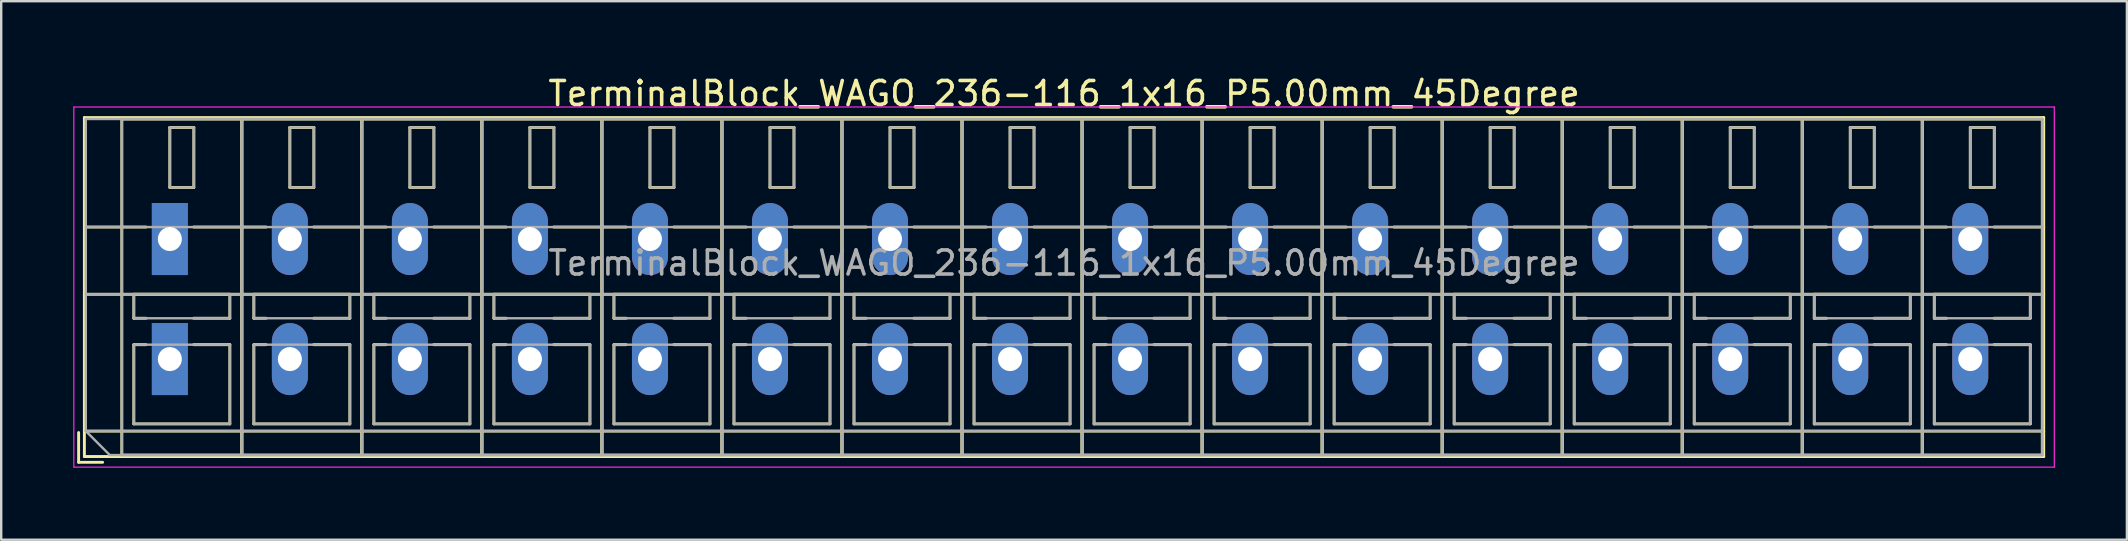
<source format=kicad_pcb>
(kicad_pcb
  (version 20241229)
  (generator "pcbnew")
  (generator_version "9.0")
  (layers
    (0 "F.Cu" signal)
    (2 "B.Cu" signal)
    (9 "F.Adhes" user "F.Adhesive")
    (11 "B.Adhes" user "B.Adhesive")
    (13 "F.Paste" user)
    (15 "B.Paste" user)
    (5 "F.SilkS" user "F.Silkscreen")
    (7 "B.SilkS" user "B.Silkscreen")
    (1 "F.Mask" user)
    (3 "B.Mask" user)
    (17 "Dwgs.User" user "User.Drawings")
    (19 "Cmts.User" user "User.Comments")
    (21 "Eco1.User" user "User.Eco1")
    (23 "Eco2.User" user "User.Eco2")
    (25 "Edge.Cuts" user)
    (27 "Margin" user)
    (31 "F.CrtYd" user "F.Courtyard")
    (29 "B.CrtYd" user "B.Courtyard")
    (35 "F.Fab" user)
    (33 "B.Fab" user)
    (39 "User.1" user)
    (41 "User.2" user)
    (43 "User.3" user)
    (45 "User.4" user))
  (footprint "TerminalBlock_WAGO_236-116_1x16_P5.00mm_45Degree"
    (layer "F.Cu")
    (at 4.025 11.908)
    (property "Reference" "TerminalBlock_WAGO_236-116_1x16_P5.00mm_45Degree" (at 37.25 -11.06 0) (layer "F.SilkS") (effects (font (size 1 1) (thickness 0.15))))
    (attr through_hole)
    (fp_line (start -3.8 3.06) (end -3.8 4.3) (stroke (width 0.12) (type solid)) (layer "F.SilkS"))
    (fp_line (start -3.8 4.3) (end -2.8 4.3) (stroke (width 0.12) (type solid)) (layer "F.SilkS"))
    (fp_line (start -3.56 -10.06) (end -3.56 4.06) (stroke (width 0.12) (type solid)) (layer "F.SilkS"))
    (fp_line (start -3.56 -10.06) (end 78.06 -10.06) (stroke (width 0.12) (type solid)) (layer "F.SilkS"))
    (fp_line (start -3.56 -5.5) (end -0.99 -5.5) (stroke (width 0.12) (type solid)) (layer "F.SilkS"))
    (fp_line (start -3.56 -2.7) (end 78.06 -2.7) (stroke (width 0.12) (type solid)) (layer "F.SilkS"))
    (fp_line (start -3.56 3) (end 78.06 3) (stroke (width 0.12) (type solid)) (layer "F.SilkS"))
    (fp_line (start -3.56 4.06) (end 78.06 4.06) (stroke (width 0.12) (type solid)) (layer "F.SilkS"))
    (fp_line (start -2 -10) (end -2 4) (stroke (width 0.12) (type solid)) (layer "F.SilkS"))
    (fp_line (start -2 -10) (end 3 -10) (stroke (width 0.12) (type solid)) (layer "F.SilkS"))
    (fp_line (start -2 4) (end 3 4) (stroke (width 0.12) (type solid)) (layer "F.SilkS"))
    (fp_line (start -1.5 -2.7) (end -1.5 -1.701) (stroke (width 0.12) (type solid)) (layer "F.SilkS"))
    (fp_line (start -1.5 -2.7) (end 2.5 -2.7) (stroke (width 0.12) (type solid)) (layer "F.SilkS"))
    (fp_line (start -1.5 -1.701) (end -0.99 -1.701) (stroke (width 0.12) (type solid)) (layer "F.SilkS"))
    (fp_line (start -1.5 -0.6) (end -1.5 2.7) (stroke (width 0.12) (type solid)) (layer "F.SilkS"))
    (fp_line (start -1.5 -0.6) (end -0.99 -0.6) (stroke (width 0.12) (type solid)) (layer "F.SilkS"))
    (fp_line (start -1.5 2.7) (end 2.5 2.7) (stroke (width 0.12) (type solid)) (layer "F.SilkS"))
    (fp_line (start 0 -9.65) (end 0 -7.15) (stroke (width 0.12) (type solid)) (layer "F.SilkS"))
    (fp_line (start 0 -9.65) (end 1 -9.65) (stroke (width 0.12) (type solid)) (layer "F.SilkS"))
    (fp_line (start 0 -7.15) (end 1 -7.15) (stroke (width 0.12) (type solid)) (layer "F.SilkS"))
    (fp_line (start 0.99 -5.5) (end 4.01 -5.5) (stroke (width 0.12) (type solid)) (layer "F.SilkS"))
    (fp_line (start 0.99 -1.701) (end 2.5 -1.701) (stroke (width 0.12) (type solid)) (layer "F.SilkS"))
    (fp_line (start 0.99 -0.6) (end 2.5 -0.6) (stroke (width 0.12) (type solid)) (layer "F.SilkS"))
    (fp_line (start 1 -9.65) (end 1 -7.15) (stroke (width 0.12) (type solid)) (layer "F.SilkS"))
    (fp_line (start 2.5 -2.7) (end 2.5 -1.701) (stroke (width 0.12) (type solid)) (layer "F.SilkS"))
    (fp_line (start 2.5 -0.6) (end 2.5 2.7) (stroke (width 0.12) (type solid)) (layer "F.SilkS"))
    (fp_line (start 3 -10) (end 3 4) (stroke (width 0.12) (type solid)) (layer "F.SilkS"))
    (fp_line (start 3 -10) (end 3 4) (stroke (width 0.12) (type solid)) (layer "F.SilkS"))
    (fp_line (start 3 -10) (end 8 -10) (stroke (width 0.12) (type solid)) (layer "F.SilkS"))
    (fp_line (start 3 4) (end 8 4) (stroke (width 0.12) (type solid)) (layer "F.SilkS"))
    (fp_line (start 3.5 -2.7) (end 3.5 -1.701) (stroke (width 0.12) (type solid)) (layer "F.SilkS"))
    (fp_line (start 3.5 -2.7) (end 7.5 -2.7) (stroke (width 0.12) (type solid)) (layer "F.SilkS"))
    (fp_line (start 3.5 -1.701) (end 4.01 -1.701) (stroke (width 0.12) (type solid)) (layer "F.SilkS"))
    (fp_line (start 3.5 -0.6) (end 3.5 2.7) (stroke (width 0.12) (type solid)) (layer "F.SilkS"))
    (fp_line (start 3.5 -0.6) (end 4.01 -0.6) (stroke (width 0.12) (type solid)) (layer "F.SilkS"))
    (fp_line (start 3.5 2.7) (end 7.5 2.7) (stroke (width 0.12) (type solid)) (layer "F.SilkS"))
    (fp_line (start 5 -9.65) (end 5 -7.15) (stroke (width 0.12) (type solid)) (layer "F.SilkS"))
    (fp_line (start 5 -9.65) (end 6 -9.65) (stroke (width 0.12) (type solid)) (layer "F.SilkS"))
    (fp_line (start 5 -7.15) (end 6 -7.15) (stroke (width 0.12) (type solid)) (layer "F.SilkS"))
    (fp_line (start 5.99 -5.5) (end 9.01 -5.5) (stroke (width 0.12) (type solid)) (layer "F.SilkS"))
    (fp_line (start 5.99 -1.701) (end 7.5 -1.701) (stroke (width 0.12) (type solid)) (layer "F.SilkS"))
    (fp_line (start 5.99 -0.6) (end 7.5 -0.6) (stroke (width 0.12) (type solid)) (layer "F.SilkS"))
    (fp_line (start 6 -9.65) (end 6 -7.15) (stroke (width 0.12) (type solid)) (layer "F.SilkS"))
    (fp_line (start 7.5 -2.7) (end 7.5 -1.701) (stroke (width 0.12) (type solid)) (layer "F.SilkS"))
    (fp_line (start 7.5 -0.6) (end 7.5 2.7) (stroke (width 0.12) (type solid)) (layer "F.SilkS"))
    (fp_line (start 8 -10) (end 8 4) (stroke (width 0.12) (type solid)) (layer "F.SilkS"))
    (fp_line (start 8 -10) (end 8 4) (stroke (width 0.12) (type solid)) (layer "F.SilkS"))
    (fp_line (start 8 -10) (end 13 -10) (stroke (width 0.12) (type solid)) (layer "F.SilkS"))
    (fp_line (start 8 4) (end 13 4) (stroke (width 0.12) (type solid)) (layer "F.SilkS"))
    (fp_line (start 8.5 -2.7) (end 8.5 -1.701) (stroke (width 0.12) (type solid)) (layer "F.SilkS"))
    (fp_line (start 8.5 -2.7) (end 12.5 -2.7) (stroke (width 0.12) (type solid)) (layer "F.SilkS"))
    (fp_line (start 8.5 -1.701) (end 9.01 -1.701) (stroke (width 0.12) (type solid)) (layer "F.SilkS"))
    (fp_line (start 8.5 -0.6) (end 8.5 2.7) (stroke (width 0.12) (type solid)) (layer "F.SilkS"))
    (fp_line (start 8.5 -0.6) (end 9.01 -0.6) (stroke (width 0.12) (type solid)) (layer "F.SilkS"))
    (fp_line (start 8.5 2.7) (end 12.5 2.7) (stroke (width 0.12) (type solid)) (layer "F.SilkS"))
    (fp_line (start 10 -9.65) (end 10 -7.15) (stroke (width 0.12) (type solid)) (layer "F.SilkS"))
    (fp_line (start 10 -9.65) (end 11 -9.65) (stroke (width 0.12) (type solid)) (layer "F.SilkS"))
    (fp_line (start 10 -7.15) (end 11 -7.15) (stroke (width 0.12) (type solid)) (layer "F.SilkS"))
    (fp_line (start 10.99 -5.5) (end 14.01 -5.5) (stroke (width 0.12) (type solid)) (layer "F.SilkS"))
    (fp_line (start 10.99 -1.701) (end 12.5 -1.701) (stroke (width 0.12) (type solid)) (layer "F.SilkS"))
    (fp_line (start 10.99 -0.6) (end 12.5 -0.6) (stroke (width 0.12) (type solid)) (layer "F.SilkS"))
    (fp_line (start 11 -9.65) (end 11 -7.15) (stroke (width 0.12) (type solid)) (layer "F.SilkS"))
    (fp_line (start 12.5 -2.7) (end 12.5 -1.701) (stroke (width 0.12) (type solid)) (layer "F.SilkS"))
    (fp_line (start 12.5 -0.6) (end 12.5 2.7) (stroke (width 0.12) (type solid)) (layer "F.SilkS"))
    (fp_line (start 13 -10) (end 13 4) (stroke (width 0.12) (type solid)) (layer "F.SilkS"))
    (fp_line (start 13 -10) (end 13 4) (stroke (width 0.12) (type solid)) (layer "F.SilkS"))
    (fp_line (start 13 -10) (end 18 -10) (stroke (width 0.12) (type solid)) (layer "F.SilkS"))
    (fp_line (start 13 4) (end 18 4) (stroke (width 0.12) (type solid)) (layer "F.SilkS"))
    (fp_line (start 13.5 -2.7) (end 13.5 -1.701) (stroke (width 0.12) (type solid)) (layer "F.SilkS"))
    (fp_line (start 13.5 -2.7) (end 17.5 -2.7) (stroke (width 0.12) (type solid)) (layer "F.SilkS"))
    (fp_line (start 13.5 -1.701) (end 14.01 -1.701) (stroke (width 0.12) (type solid)) (layer "F.SilkS"))
    (fp_line (start 13.5 -0.6) (end 13.5 2.7) (stroke (width 0.12) (type solid)) (layer "F.SilkS"))
    (fp_line (start 13.5 -0.6) (end 14.01 -0.6) (stroke (width 0.12) (type solid)) (layer "F.SilkS"))
    (fp_line (start 13.5 2.7) (end 17.5 2.7) (stroke (width 0.12) (type solid)) (layer "F.SilkS"))
    (fp_line (start 15 -9.65) (end 15 -7.15) (stroke (width 0.12) (type solid)) (layer "F.SilkS"))
    (fp_line (start 15 -9.65) (end 16 -9.65) (stroke (width 0.12) (type solid)) (layer "F.SilkS"))
    (fp_line (start 15 -7.15) (end 16 -7.15) (stroke (width 0.12) (type solid)) (layer "F.SilkS"))
    (fp_line (start 15.99 -5.5) (end 19.01 -5.5) (stroke (width 0.12) (type solid)) (layer "F.SilkS"))
    (fp_line (start 15.99 -1.701) (end 17.5 -1.701) (stroke (width 0.12) (type solid)) (layer "F.SilkS"))
    (fp_line (start 15.99 -0.6) (end 17.5 -0.6) (stroke (width 0.12) (type solid)) (layer "F.SilkS"))
    (fp_line (start 16 -9.65) (end 16 -7.15) (stroke (width 0.12) (type solid)) (layer "F.SilkS"))
    (fp_line (start 17.5 -2.7) (end 17.5 -1.701) (stroke (width 0.12) (type solid)) (layer "F.SilkS"))
    (fp_line (start 17.5 -0.6) (end 17.5 2.7) (stroke (width 0.12) (type solid)) (layer "F.SilkS"))
    (fp_line (start 18 -10) (end 18 4) (stroke (width 0.12) (type solid)) (layer "F.SilkS"))
    (fp_line (start 18 -10) (end 18 4) (stroke (width 0.12) (type solid)) (layer "F.SilkS"))
    (fp_line (start 18 -10) (end 23 -10) (stroke (width 0.12) (type solid)) (layer "F.SilkS"))
    (fp_line (start 18 4) (end 23 4) (stroke (width 0.12) (type solid)) (layer "F.SilkS"))
    (fp_line (start 18.5 -2.7) (end 18.5 -1.701) (stroke (width 0.12) (type solid)) (layer "F.SilkS"))
    (fp_line (start 18.5 -2.7) (end 22.5 -2.7) (stroke (width 0.12) (type solid)) (layer "F.SilkS"))
    (fp_line (start 18.5 -1.701) (end 19.01 -1.701) (stroke (width 0.12) (type solid)) (layer "F.SilkS"))
    (fp_line (start 18.5 -0.6) (end 18.5 2.7) (stroke (width 0.12) (type solid)) (layer "F.SilkS"))
    (fp_line (start 18.5 -0.6) (end 19.01 -0.6) (stroke (width 0.12) (type solid)) (layer "F.SilkS"))
    (fp_line (start 18.5 2.7) (end 22.5 2.7) (stroke (width 0.12) (type solid)) (layer "F.SilkS"))
    (fp_line (start 20 -9.65) (end 20 -7.15) (stroke (width 0.12) (type solid)) (layer "F.SilkS"))
    (fp_line (start 20 -9.65) (end 21 -9.65) (stroke (width 0.12) (type solid)) (layer "F.SilkS"))
    (fp_line (start 20 -7.15) (end 21 -7.15) (stroke (width 0.12) (type solid)) (layer "F.SilkS"))
    (fp_line (start 20.99 -5.5) (end 24.01 -5.5) (stroke (width 0.12) (type solid)) (layer "F.SilkS"))
    (fp_line (start 20.99 -1.701) (end 22.5 -1.701) (stroke (width 0.12) (type solid)) (layer "F.SilkS"))
    (fp_line (start 20.99 -0.6) (end 22.5 -0.6) (stroke (width 0.12) (type solid)) (layer "F.SilkS"))
    (fp_line (start 21 -9.65) (end 21 -7.15) (stroke (width 0.12) (type solid)) (layer "F.SilkS"))
    (fp_line (start 22.5 -2.7) (end 22.5 -1.701) (stroke (width 0.12) (type solid)) (layer "F.SilkS"))
    (fp_line (start 22.5 -0.6) (end 22.5 2.7) (stroke (width 0.12) (type solid)) (layer "F.SilkS"))
    (fp_line (start 23 -10) (end 23 4) (stroke (width 0.12) (type solid)) (layer "F.SilkS"))
    (fp_line (start 23 -10) (end 23 4) (stroke (width 0.12) (type solid)) (layer "F.SilkS"))
    (fp_line (start 23 -10) (end 28 -10) (stroke (width 0.12) (type solid)) (layer "F.SilkS"))
    (fp_line (start 23 4) (end 28 4) (stroke (width 0.12) (type solid)) (layer "F.SilkS"))
    (fp_line (start 23.5 -2.7) (end 23.5 -1.701) (stroke (width 0.12) (type solid)) (layer "F.SilkS"))
    (fp_line (start 23.5 -2.7) (end 27.5 -2.7) (stroke (width 0.12) (type solid)) (layer "F.SilkS"))
    (fp_line (start 23.5 -1.701) (end 24.01 -1.701) (stroke (width 0.12) (type solid)) (layer "F.SilkS"))
    (fp_line (start 23.5 -0.6) (end 23.5 2.7) (stroke (width 0.12) (type solid)) (layer "F.SilkS"))
    (fp_line (start 23.5 -0.6) (end 24.01 -0.6) (stroke (width 0.12) (type solid)) (layer "F.SilkS"))
    (fp_line (start 23.5 2.7) (end 27.5 2.7) (stroke (width 0.12) (type solid)) (layer "F.SilkS"))
    (fp_line (start 25 -9.65) (end 25 -7.15) (stroke (width 0.12) (type solid)) (layer "F.SilkS"))
    (fp_line (start 25 -9.65) (end 26 -9.65) (stroke (width 0.12) (type solid)) (layer "F.SilkS"))
    (fp_line (start 25 -7.15) (end 26 -7.15) (stroke (width 0.12) (type solid)) (layer "F.SilkS"))
    (fp_line (start 25.99 -5.5) (end 29.01 -5.5) (stroke (width 0.12) (type solid)) (layer "F.SilkS"))
    (fp_line (start 25.99 -1.701) (end 27.5 -1.701) (stroke (width 0.12) (type solid)) (layer "F.SilkS"))
    (fp_line (start 25.99 -0.6) (end 27.5 -0.6) (stroke (width 0.12) (type solid)) (layer "F.SilkS"))
    (fp_line (start 26 -9.65) (end 26 -7.15) (stroke (width 0.12) (type solid)) (layer "F.SilkS"))
    (fp_line (start 27.5 -2.7) (end 27.5 -1.701) (stroke (width 0.12) (type solid)) (layer "F.SilkS"))
    (fp_line (start 27.5 -0.6) (end 27.5 2.7) (stroke (width 0.12) (type solid)) (layer "F.SilkS"))
    (fp_line (start 28 -10) (end 28 4) (stroke (width 0.12) (type solid)) (layer "F.SilkS"))
    (fp_line (start 28 -10) (end 28 4) (stroke (width 0.12) (type solid)) (layer "F.SilkS"))
    (fp_line (start 28 -10) (end 33 -10) (stroke (width 0.12) (type solid)) (layer "F.SilkS"))
    (fp_line (start 28 4) (end 33 4) (stroke (width 0.12) (type solid)) (layer "F.SilkS"))
    (fp_line (start 28.5 -2.7) (end 28.5 -1.701) (stroke (width 0.12) (type solid)) (layer "F.SilkS"))
    (fp_line (start 28.5 -2.7) (end 32.5 -2.7) (stroke (width 0.12) (type solid)) (layer "F.SilkS"))
    (fp_line (start 28.5 -1.701) (end 29.01 -1.701) (stroke (width 0.12) (type solid)) (layer "F.SilkS"))
    (fp_line (start 28.5 -0.6) (end 28.5 2.7) (stroke (width 0.12) (type solid)) (layer "F.SilkS"))
    (fp_line (start 28.5 -0.6) (end 29.01 -0.6) (stroke (width 0.12) (type solid)) (layer "F.SilkS"))
    (fp_line (start 28.5 2.7) (end 32.5 2.7) (stroke (width 0.12) (type solid)) (layer "F.SilkS"))
    (fp_line (start 30 -9.65) (end 30 -7.15) (stroke (width 0.12) (type solid)) (layer "F.SilkS"))
    (fp_line (start 30 -9.65) (end 31 -9.65) (stroke (width 0.12) (type solid)) (layer "F.SilkS"))
    (fp_line (start 30 -7.15) (end 31 -7.15) (stroke (width 0.12) (type solid)) (layer "F.SilkS"))
    (fp_line (start 30.99 -5.5) (end 34.01 -5.5) (stroke (width 0.12) (type solid)) (layer "F.SilkS"))
    (fp_line (start 30.99 -1.701) (end 32.5 -1.701) (stroke (width 0.12) (type solid)) (layer "F.SilkS"))
    (fp_line (start 30.99 -0.6) (end 32.5 -0.6) (stroke (width 0.12) (type solid)) (layer "F.SilkS"))
    (fp_line (start 31 -9.65) (end 31 -7.15) (stroke (width 0.12) (type solid)) (layer "F.SilkS"))
    (fp_line (start 32.5 -2.7) (end 32.5 -1.701) (stroke (width 0.12) (type solid)) (layer "F.SilkS"))
    (fp_line (start 32.5 -0.6) (end 32.5 2.7) (stroke (width 0.12) (type solid)) (layer "F.SilkS"))
    (fp_line (start 33 -10) (end 33 4) (stroke (width 0.12) (type solid)) (layer "F.SilkS"))
    (fp_line (start 33 -10) (end 33 4) (stroke (width 0.12) (type solid)) (layer "F.SilkS"))
    (fp_line (start 33 -10) (end 38 -10) (stroke (width 0.12) (type solid)) (layer "F.SilkS"))
    (fp_line (start 33 4) (end 38 4) (stroke (width 0.12) (type solid)) (layer "F.SilkS"))
    (fp_line (start 33.5 -2.7) (end 33.5 -1.701) (stroke (width 0.12) (type solid)) (layer "F.SilkS"))
    (fp_line (start 33.5 -2.7) (end 37.5 -2.7) (stroke (width 0.12) (type solid)) (layer "F.SilkS"))
    (fp_line (start 33.5 -1.701) (end 34.01 -1.701) (stroke (width 0.12) (type solid)) (layer "F.SilkS"))
    (fp_line (start 33.5 -0.6) (end 33.5 2.7) (stroke (width 0.12) (type solid)) (layer "F.SilkS"))
    (fp_line (start 33.5 -0.6) (end 34.01 -0.6) (stroke (width 0.12) (type solid)) (layer "F.SilkS"))
    (fp_line (start 33.5 2.7) (end 37.5 2.7) (stroke (width 0.12) (type solid)) (layer "F.SilkS"))
    (fp_line (start 35 -9.65) (end 35 -7.15) (stroke (width 0.12) (type solid)) (layer "F.SilkS"))
    (fp_line (start 35 -9.65) (end 36 -9.65) (stroke (width 0.12) (type solid)) (layer "F.SilkS"))
    (fp_line (start 35 -7.15) (end 36 -7.15) (stroke (width 0.12) (type solid)) (layer "F.SilkS"))
    (fp_line (start 35.99 -5.5) (end 39.01 -5.5) (stroke (width 0.12) (type solid)) (layer "F.SilkS"))
    (fp_line (start 35.99 -1.701) (end 37.5 -1.701) (stroke (width 0.12) (type solid)) (layer "F.SilkS"))
    (fp_line (start 35.99 -0.6) (end 37.5 -0.6) (stroke (width 0.12) (type solid)) (layer "F.SilkS"))
    (fp_line (start 36 -9.65) (end 36 -7.15) (stroke (width 0.12) (type solid)) (layer "F.SilkS"))
    (fp_line (start 37.5 -2.7) (end 37.5 -1.701) (stroke (width 0.12) (type solid)) (layer "F.SilkS"))
    (fp_line (start 37.5 -0.6) (end 37.5 2.7) (stroke (width 0.12) (type solid)) (layer "F.SilkS"))
    (fp_line (start 38 -10) (end 38 4) (stroke (width 0.12) (type solid)) (layer "F.SilkS"))
    (fp_line (start 38 -10) (end 38 4) (stroke (width 0.12) (type solid)) (layer "F.SilkS"))
    (fp_line (start 38 -10) (end 43 -10) (stroke (width 0.12) (type solid)) (layer "F.SilkS"))
    (fp_line (start 38 4) (end 43 4) (stroke (width 0.12) (type solid)) (layer "F.SilkS"))
    (fp_line (start 38.5 -2.7) (end 38.5 -1.701) (stroke (width 0.12) (type solid)) (layer "F.SilkS"))
    (fp_line (start 38.5 -2.7) (end 42.5 -2.7) (stroke (width 0.12) (type solid)) (layer "F.SilkS"))
    (fp_line (start 38.5 -1.701) (end 39.01 -1.701) (stroke (width 0.12) (type solid)) (layer "F.SilkS"))
    (fp_line (start 38.5 -0.6) (end 38.5 2.7) (stroke (width 0.12) (type solid)) (layer "F.SilkS"))
    (fp_line (start 38.5 -0.6) (end 39.01 -0.6) (stroke (width 0.12) (type solid)) (layer "F.SilkS"))
    (fp_line (start 38.5 2.7) (end 42.5 2.7) (stroke (width 0.12) (type solid)) (layer "F.SilkS"))
    (fp_line (start 40 -9.65) (end 40 -7.15) (stroke (width 0.12) (type solid)) (layer "F.SilkS"))
    (fp_line (start 40 -9.65) (end 41 -9.65) (stroke (width 0.12) (type solid)) (layer "F.SilkS"))
    (fp_line (start 40 -7.15) (end 41 -7.15) (stroke (width 0.12) (type solid)) (layer "F.SilkS"))
    (fp_line (start 40.99 -5.5) (end 44.01 -5.5) (stroke (width 0.12) (type solid)) (layer "F.SilkS"))
    (fp_line (start 40.99 -1.701) (end 42.5 -1.701) (stroke (width 0.12) (type solid)) (layer "F.SilkS"))
    (fp_line (start 40.99 -0.6) (end 42.5 -0.6) (stroke (width 0.12) (type solid)) (layer "F.SilkS"))
    (fp_line (start 41 -9.65) (end 41 -7.15) (stroke (width 0.12) (type solid)) (layer "F.SilkS"))
    (fp_line (start 42.5 -2.7) (end 42.5 -1.701) (stroke (width 0.12) (type solid)) (layer "F.SilkS"))
    (fp_line (start 42.5 -0.6) (end 42.5 2.7) (stroke (width 0.12) (type solid)) (layer "F.SilkS"))
    (fp_line (start 43 -10) (end 43 4) (stroke (width 0.12) (type solid)) (layer "F.SilkS"))
    (fp_line (start 43 -10) (end 43 4) (stroke (width 0.12) (type solid)) (layer "F.SilkS"))
    (fp_line (start 43 -10) (end 48 -10) (stroke (width 0.12) (type solid)) (layer "F.SilkS"))
    (fp_line (start 43 4) (end 48 4) (stroke (width 0.12) (type solid)) (layer "F.SilkS"))
    (fp_line (start 43.5 -2.7) (end 43.5 -1.701) (stroke (width 0.12) (type solid)) (layer "F.SilkS"))
    (fp_line (start 43.5 -2.7) (end 47.5 -2.7) (stroke (width 0.12) (type solid)) (layer "F.SilkS"))
    (fp_line (start 43.5 -1.701) (end 44.01 -1.701) (stroke (width 0.12) (type solid)) (layer "F.SilkS"))
    (fp_line (start 43.5 -0.6) (end 43.5 2.7) (stroke (width 0.12) (type solid)) (layer "F.SilkS"))
    (fp_line (start 43.5 -0.6) (end 44.01 -0.6) (stroke (width 0.12) (type solid)) (layer "F.SilkS"))
    (fp_line (start 43.5 2.7) (end 47.5 2.7) (stroke (width 0.12) (type solid)) (layer "F.SilkS"))
    (fp_line (start 45 -9.65) (end 45 -7.15) (stroke (width 0.12) (type solid)) (layer "F.SilkS"))
    (fp_line (start 45 -9.65) (end 46 -9.65) (stroke (width 0.12) (type solid)) (layer "F.SilkS"))
    (fp_line (start 45 -7.15) (end 46 -7.15) (stroke (width 0.12) (type solid)) (layer "F.SilkS"))
    (fp_line (start 45.99 -5.5) (end 49.01 -5.5) (stroke (width 0.12) (type solid)) (layer "F.SilkS"))
    (fp_line (start 45.99 -1.701) (end 47.5 -1.701) (stroke (width 0.12) (type solid)) (layer "F.SilkS"))
    (fp_line (start 45.99 -0.6) (end 47.5 -0.6) (stroke (width 0.12) (type solid)) (layer "F.SilkS"))
    (fp_line (start 46 -9.65) (end 46 -7.15) (stroke (width 0.12) (type solid)) (layer "F.SilkS"))
    (fp_line (start 47.5 -2.7) (end 47.5 -1.701) (stroke (width 0.12) (type solid)) (layer "F.SilkS"))
    (fp_line (start 47.5 -0.6) (end 47.5 2.7) (stroke (width 0.12) (type solid)) (layer "F.SilkS"))
    (fp_line (start 48 -10) (end 48 4) (stroke (width 0.12) (type solid)) (layer "F.SilkS"))
    (fp_line (start 48 -10) (end 48 4) (stroke (width 0.12) (type solid)) (layer "F.SilkS"))
    (fp_line (start 48 -10) (end 53 -10) (stroke (width 0.12) (type solid)) (layer "F.SilkS"))
    (fp_line (start 48 4) (end 53 4) (stroke (width 0.12) (type solid)) (layer "F.SilkS"))
    (fp_line (start 48.5 -2.7) (end 48.5 -1.701) (stroke (width 0.12) (type solid)) (layer "F.SilkS"))
    (fp_line (start 48.5 -2.7) (end 52.5 -2.7) (stroke (width 0.12) (type solid)) (layer "F.SilkS"))
    (fp_line (start 48.5 -1.701) (end 49.01 -1.701) (stroke (width 0.12) (type solid)) (layer "F.SilkS"))
    (fp_line (start 48.5 -0.6) (end 48.5 2.7) (stroke (width 0.12) (type solid)) (layer "F.SilkS"))
    (fp_line (start 48.5 -0.6) (end 49.01 -0.6) (stroke (width 0.12) (type solid)) (layer "F.SilkS"))
    (fp_line (start 48.5 2.7) (end 52.5 2.7) (stroke (width 0.12) (type solid)) (layer "F.SilkS"))
    (fp_line (start 50 -9.65) (end 50 -7.15) (stroke (width 0.12) (type solid)) (layer "F.SilkS"))
    (fp_line (start 50 -9.65) (end 51 -9.65) (stroke (width 0.12) (type solid)) (layer "F.SilkS"))
    (fp_line (start 50 -7.15) (end 51 -7.15) (stroke (width 0.12) (type solid)) (layer "F.SilkS"))
    (fp_line (start 50.99 -5.5) (end 54.01 -5.5) (stroke (width 0.12) (type solid)) (layer "F.SilkS"))
    (fp_line (start 50.99 -1.701) (end 52.5 -1.701) (stroke (width 0.12) (type solid)) (layer "F.SilkS"))
    (fp_line (start 50.99 -0.6) (end 52.5 -0.6) (stroke (width 0.12) (type solid)) (layer "F.SilkS"))
    (fp_line (start 51 -9.65) (end 51 -7.15) (stroke (width 0.12) (type solid)) (layer "F.SilkS"))
    (fp_line (start 52.5 -2.7) (end 52.5 -1.701) (stroke (width 0.12) (type solid)) (layer "F.SilkS"))
    (fp_line (start 52.5 -0.6) (end 52.5 2.7) (stroke (width 0.12) (type solid)) (layer "F.SilkS"))
    (fp_line (start 53 -10) (end 53 4) (stroke (width 0.12) (type solid)) (layer "F.SilkS"))
    (fp_line (start 53 -10) (end 53 4) (stroke (width 0.12) (type solid)) (layer "F.SilkS"))
    (fp_line (start 53 -10) (end 58 -10) (stroke (width 0.12) (type solid)) (layer "F.SilkS"))
    (fp_line (start 53 4) (end 58 4) (stroke (width 0.12) (type solid)) (layer "F.SilkS"))
    (fp_line (start 53.5 -2.7) (end 53.5 -1.701) (stroke (width 0.12) (type solid)) (layer "F.SilkS"))
    (fp_line (start 53.5 -2.7) (end 57.5 -2.7) (stroke (width 0.12) (type solid)) (layer "F.SilkS"))
    (fp_line (start 53.5 -1.701) (end 54.01 -1.701) (stroke (width 0.12) (type solid)) (layer "F.SilkS"))
    (fp_line (start 53.5 -0.6) (end 53.5 2.7) (stroke (width 0.12) (type solid)) (layer "F.SilkS"))
    (fp_line (start 53.5 -0.6) (end 54.01 -0.6) (stroke (width 0.12) (type solid)) (layer "F.SilkS"))
    (fp_line (start 53.5 2.7) (end 57.5 2.7) (stroke (width 0.12) (type solid)) (layer "F.SilkS"))
    (fp_line (start 55 -9.65) (end 55 -7.15) (stroke (width 0.12) (type solid)) (layer "F.SilkS"))
    (fp_line (start 55 -9.65) (end 56 -9.65) (stroke (width 0.12) (type solid)) (layer "F.SilkS"))
    (fp_line (start 55 -7.15) (end 56 -7.15) (stroke (width 0.12) (type solid)) (layer "F.SilkS"))
    (fp_line (start 55.99 -5.5) (end 59.01 -5.5) (stroke (width 0.12) (type solid)) (layer "F.SilkS"))
    (fp_line (start 55.99 -1.701) (end 57.5 -1.701) (stroke (width 0.12) (type solid)) (layer "F.SilkS"))
    (fp_line (start 55.99 -0.6) (end 57.5 -0.6) (stroke (width 0.12) (type solid)) (layer "F.SilkS"))
    (fp_line (start 56 -9.65) (end 56 -7.15) (stroke (width 0.12) (type solid)) (layer "F.SilkS"))
    (fp_line (start 57.5 -2.7) (end 57.5 -1.701) (stroke (width 0.12) (type solid)) (layer "F.SilkS"))
    (fp_line (start 57.5 -0.6) (end 57.5 2.7) (stroke (width 0.12) (type solid)) (layer "F.SilkS"))
    (fp_line (start 58 -10) (end 58 4) (stroke (width 0.12) (type solid)) (layer "F.SilkS"))
    (fp_line (start 58 -10) (end 58 4) (stroke (width 0.12) (type solid)) (layer "F.SilkS"))
    (fp_line (start 58 -10) (end 63 -10) (stroke (width 0.12) (type solid)) (layer "F.SilkS"))
    (fp_line (start 58 4) (end 63 4) (stroke (width 0.12) (type solid)) (layer "F.SilkS"))
    (fp_line (start 58.5 -2.7) (end 58.5 -1.701) (stroke (width 0.12) (type solid)) (layer "F.SilkS"))
    (fp_line (start 58.5 -2.7) (end 62.5 -2.7) (stroke (width 0.12) (type solid)) (layer "F.SilkS"))
    (fp_line (start 58.5 -1.701) (end 59.01 -1.701) (stroke (width 0.12) (type solid)) (layer "F.SilkS"))
    (fp_line (start 58.5 -0.6) (end 58.5 2.7) (stroke (width 0.12) (type solid)) (layer "F.SilkS"))
    (fp_line (start 58.5 -0.6) (end 59.01 -0.6) (stroke (width 0.12) (type solid)) (layer "F.SilkS"))
    (fp_line (start 58.5 2.7) (end 62.5 2.7) (stroke (width 0.12) (type solid)) (layer "F.SilkS"))
    (fp_line (start 60 -9.65) (end 60 -7.15) (stroke (width 0.12) (type solid)) (layer "F.SilkS"))
    (fp_line (start 60 -9.65) (end 61 -9.65) (stroke (width 0.12) (type solid)) (layer "F.SilkS"))
    (fp_line (start 60 -7.15) (end 61 -7.15) (stroke (width 0.12) (type solid)) (layer "F.SilkS"))
    (fp_line (start 60.99 -5.5) (end 64.011 -5.5) (stroke (width 0.12) (type solid)) (layer "F.SilkS"))
    (fp_line (start 60.99 -1.701) (end 62.5 -1.701) (stroke (width 0.12) (type solid)) (layer "F.SilkS"))
    (fp_line (start 60.99 -0.6) (end 62.5 -0.6) (stroke (width 0.12) (type solid)) (layer "F.SilkS"))
    (fp_line (start 61 -9.65) (end 61 -7.15) (stroke (width 0.12) (type solid)) (layer "F.SilkS"))
    (fp_line (start 62.5 -2.7) (end 62.5 -1.701) (stroke (width 0.12) (type solid)) (layer "F.SilkS"))
    (fp_line (start 62.5 -0.6) (end 62.5 2.7) (stroke (width 0.12) (type solid)) (layer "F.SilkS"))
    (fp_line (start 63 -10) (end 63 4) (stroke (width 0.12) (type solid)) (layer "F.SilkS"))
    (fp_line (start 63 -10) (end 63 4) (stroke (width 0.12) (type solid)) (layer "F.SilkS"))
    (fp_line (start 63 -10) (end 68 -10) (stroke (width 0.12) (type solid)) (layer "F.SilkS"))
    (fp_line (start 63 4) (end 68 4) (stroke (width 0.12) (type solid)) (layer "F.SilkS"))
    (fp_line (start 63.5 -2.7) (end 63.5 -1.701) (stroke (width 0.12) (type solid)) (layer "F.SilkS"))
    (fp_line (start 63.5 -2.7) (end 67.5 -2.7) (stroke (width 0.12) (type solid)) (layer "F.SilkS"))
    (fp_line (start 63.5 -1.701) (end 64.011 -1.701) (stroke (width 0.12) (type solid)) (layer "F.SilkS"))
    (fp_line (start 63.5 -0.6) (end 63.5 2.7) (stroke (width 0.12) (type solid)) (layer "F.SilkS"))
    (fp_line (start 63.5 -0.6) (end 64.011 -0.6) (stroke (width 0.12) (type solid)) (layer "F.SilkS"))
    (fp_line (start 63.5 2.7) (end 67.5 2.7) (stroke (width 0.12) (type solid)) (layer "F.SilkS"))
    (fp_line (start 65 -9.65) (end 65 -7.15) (stroke (width 0.12) (type solid)) (layer "F.SilkS"))
    (fp_line (start 65 -9.65) (end 66 -9.65) (stroke (width 0.12) (type solid)) (layer "F.SilkS"))
    (fp_line (start 65 -7.15) (end 66 -7.15) (stroke (width 0.12) (type solid)) (layer "F.SilkS"))
    (fp_line (start 65.99 -5.5) (end 69.01 -5.5) (stroke (width 0.12) (type solid)) (layer "F.SilkS"))
    (fp_line (start 65.99 -1.701) (end 67.5 -1.701) (stroke (width 0.12) (type solid)) (layer "F.SilkS"))
    (fp_line (start 65.99 -0.6) (end 67.5 -0.6) (stroke (width 0.12) (type solid)) (layer "F.SilkS"))
    (fp_line (start 66 -9.65) (end 66 -7.15) (stroke (width 0.12) (type solid)) (layer "F.SilkS"))
    (fp_line (start 67.5 -2.7) (end 67.5 -1.701) (stroke (width 0.12) (type solid)) (layer "F.SilkS"))
    (fp_line (start 67.5 -0.6) (end 67.5 2.7) (stroke (width 0.12) (type solid)) (layer "F.SilkS"))
    (fp_line (start 68 -10) (end 68 4) (stroke (width 0.12) (type solid)) (layer "F.SilkS"))
    (fp_line (start 68 -10) (end 68 4) (stroke (width 0.12) (type solid)) (layer "F.SilkS"))
    (fp_line (start 68 -10) (end 73 -10) (stroke (width 0.12) (type solid)) (layer "F.SilkS"))
    (fp_line (start 68 4) (end 73 4) (stroke (width 0.12) (type solid)) (layer "F.SilkS"))
    (fp_line (start 68.5 -2.7) (end 68.5 -1.701) (stroke (width 0.12) (type solid)) (layer "F.SilkS"))
    (fp_line (start 68.5 -2.7) (end 72.5 -2.7) (stroke (width 0.12) (type solid)) (layer "F.SilkS"))
    (fp_line (start 68.5 -1.701) (end 69.01 -1.701) (stroke (width 0.12) (type solid)) (layer "F.SilkS"))
    (fp_line (start 68.5 -0.6) (end 68.5 2.7) (stroke (width 0.12) (type solid)) (layer "F.SilkS"))
    (fp_line (start 68.5 -0.6) (end 69.01 -0.6) (stroke (width 0.12) (type solid)) (layer "F.SilkS"))
    (fp_line (start 68.5 2.7) (end 72.5 2.7) (stroke (width 0.12) (type solid)) (layer "F.SilkS"))
    (fp_line (start 70 -9.65) (end 70 -7.15) (stroke (width 0.12) (type solid)) (layer "F.SilkS"))
    (fp_line (start 70 -9.65) (end 71 -9.65) (stroke (width 0.12) (type solid)) (layer "F.SilkS"))
    (fp_line (start 70 -7.15) (end 71 -7.15) (stroke (width 0.12) (type solid)) (layer "F.SilkS"))
    (fp_line (start 70.99 -5.5) (end 74.01 -5.5) (stroke (width 0.12) (type solid)) (layer "F.SilkS"))
    (fp_line (start 70.99 -1.701) (end 72.5 -1.701) (stroke (width 0.12) (type solid)) (layer "F.SilkS"))
    (fp_line (start 70.99 -0.6) (end 72.5 -0.6) (stroke (width 0.12) (type solid)) (layer "F.SilkS"))
    (fp_line (start 71 -9.65) (end 71 -7.15) (stroke (width 0.12) (type solid)) (layer "F.SilkS"))
    (fp_line (start 72.5 -2.7) (end 72.5 -1.701) (stroke (width 0.12) (type solid)) (layer "F.SilkS"))
    (fp_line (start 72.5 -0.6) (end 72.5 2.7) (stroke (width 0.12) (type solid)) (layer "F.SilkS"))
    (fp_line (start 73 -10) (end 73 4) (stroke (width 0.12) (type solid)) (layer "F.SilkS"))
    (fp_line (start 73 -10) (end 73 4) (stroke (width 0.12) (type solid)) (layer "F.SilkS"))
    (fp_line (start 73 -10) (end 78 -10) (stroke (width 0.12) (type solid)) (layer "F.SilkS"))
    (fp_line (start 73 4) (end 78 4) (stroke (width 0.12) (type solid)) (layer "F.SilkS"))
    (fp_line (start 73.5 -2.7) (end 73.5 -1.701) (stroke (width 0.12) (type solid)) (layer "F.SilkS"))
    (fp_line (start 73.5 -2.7) (end 77.5 -2.7) (stroke (width 0.12) (type solid)) (layer "F.SilkS"))
    (fp_line (start 73.5 -1.701) (end 74.01 -1.701) (stroke (width 0.12) (type solid)) (layer "F.SilkS"))
    (fp_line (start 73.5 -0.6) (end 73.5 2.7) (stroke (width 0.12) (type solid)) (layer "F.SilkS"))
    (fp_line (start 73.5 -0.6) (end 74.01 -0.6) (stroke (width 0.12) (type solid)) (layer "F.SilkS"))
    (fp_line (start 73.5 2.7) (end 77.5 2.7) (stroke (width 0.12) (type solid)) (layer "F.SilkS"))
    (fp_line (start 75 -9.65) (end 75 -7.15) (stroke (width 0.12) (type solid)) (layer "F.SilkS"))
    (fp_line (start 75 -9.65) (end 76 -9.65) (stroke (width 0.12) (type solid)) (layer "F.SilkS"))
    (fp_line (start 75 -7.15) (end 76 -7.15) (stroke (width 0.12) (type solid)) (layer "F.SilkS"))
    (fp_line (start 75.99 -5.5) (end 78.06 -5.5) (stroke (width 0.12) (type solid)) (layer "F.SilkS"))
    (fp_line (start 75.99 -1.701) (end 77.5 -1.701) (stroke (width 0.12) (type solid)) (layer "F.SilkS"))
    (fp_line (start 75.99 -0.6) (end 77.5 -0.6) (stroke (width 0.12) (type solid)) (layer "F.SilkS"))
    (fp_line (start 76 -9.65) (end 76 -7.15) (stroke (width 0.12) (type solid)) (layer "F.SilkS"))
    (fp_line (start 77.5 -2.7) (end 77.5 -1.701) (stroke (width 0.12) (type solid)) (layer "F.SilkS"))
    (fp_line (start 77.5 -0.6) (end 77.5 2.7) (stroke (width 0.12) (type solid)) (layer "F.SilkS"))
    (fp_line (start 78 -10) (end 78 4) (stroke (width 0.12) (type solid)) (layer "F.SilkS"))
    (fp_line (start 78.06 -10.06) (end 78.06 4.06) (stroke (width 0.12) (type solid)) (layer "F.SilkS"))
    (fp_line (start -4 -10.5) (end -4 4.5) (stroke (width 0.05) (type solid)) (layer "F.CrtYd"))
    (fp_line (start -4 4.5) (end 78.5 4.5) (stroke (width 0.05) (type solid)) (layer "F.CrtYd"))
    (fp_line (start 78.5 -10.5) (end -4 -10.5) (stroke (width 0.05) (type solid)) (layer "F.CrtYd"))
    (fp_line (start 78.5 4.5) (end 78.5 -10.5) (stroke (width 0.05) (type solid)) (layer "F.CrtYd"))
    (fp_line (start -3.5 -10) (end 78 -10) (stroke (width 0.1) (type solid)) (layer "F.Fab"))
    (fp_line (start -3.5 -5.5) (end 78 -5.5) (stroke (width 0.1) (type solid)) (layer "F.Fab"))
    (fp_line (start -3.5 -2.7) (end 78 -2.7) (stroke (width 0.1) (type solid)) (layer "F.Fab"))
    (fp_line (start -3.5 3) (end -3.5 -10) (stroke (width 0.1) (type solid)) (layer "F.Fab"))
    (fp_line (start -3.5 3) (end 78 3) (stroke (width 0.1) (type solid)) (layer "F.Fab"))
    (fp_line (start -2.5 4) (end -3.5 3) (stroke (width 0.1) (type solid)) (layer "F.Fab"))
    (fp_line (start -2 -10) (end -2 4) (stroke (width 0.1) (type solid)) (layer "F.Fab"))
    (fp_line (start -2 4) (end 3 4) (stroke (width 0.1) (type solid)) (layer "F.Fab"))
    (fp_line (start -1.5 -2.7) (end -1.5 -1.7) (stroke (width 0.1) (type solid)) (layer "F.Fab"))
    (fp_line (start -1.5 -1.7) (end 2.5 -1.7) (stroke (width 0.1) (type solid)) (layer "F.Fab"))
    (fp_line (start -1.5 -0.6) (end -1.5 2.7) (stroke (width 0.1) (type solid)) (layer "F.Fab"))
    (fp_line (start -1.5 2.7) (end 2.5 2.7) (stroke (width 0.1) (type solid)) (layer "F.Fab"))
    (fp_line (start 0 -9.65) (end 0 -7.15) (stroke (width 0.1) (type solid)) (layer "F.Fab"))
    (fp_line (start 0 -7.15) (end 1 -7.15) (stroke (width 0.1) (type solid)) (layer "F.Fab"))
    (fp_line (start 1 -9.65) (end 0 -9.65) (stroke (width 0.1) (type solid)) (layer "F.Fab"))
    (fp_line (start 1 -7.15) (end 1 -9.65) (stroke (width 0.1) (type solid)) (layer "F.Fab"))
    (fp_line (start 2.5 -2.7) (end -1.5 -2.7) (stroke (width 0.1) (type solid)) (layer "F.Fab"))
    (fp_line (start 2.5 -1.7) (end 2.5 -2.7) (stroke (width 0.1) (type solid)) (layer "F.Fab"))
    (fp_line (start 2.5 -0.6) (end -1.5 -0.6) (stroke (width 0.1) (type solid)) (layer "F.Fab"))
    (fp_line (start 2.5 2.7) (end 2.5 -0.6) (stroke (width 0.1) (type solid)) (layer "F.Fab"))
    (fp_line (start 3 -10) (end -2 -10) (stroke (width 0.1) (type solid)) (layer "F.Fab"))
    (fp_line (start 3 -10) (end 3 4) (stroke (width 0.1) (type solid)) (layer "F.Fab"))
    (fp_line (start 3 4) (end 3 -10) (stroke (width 0.1) (type solid)) (layer "F.Fab"))
    (fp_line (start 3 4) (end 8 4) (stroke (width 0.1) (type solid)) (layer "F.Fab"))
    (fp_line (start 3.5 -2.7) (end 3.5 -1.7) (stroke (width 0.1) (type solid)) (layer "F.Fab"))
    (fp_line (start 3.5 -1.7) (end 7.5 -1.7) (stroke (width 0.1) (type solid)) (layer "F.Fab"))
    (fp_line (start 3.5 -0.6) (end 3.5 2.7) (stroke (width 0.1) (type solid)) (layer "F.Fab"))
    (fp_line (start 3.5 2.7) (end 7.5 2.7) (stroke (width 0.1) (type solid)) (layer "F.Fab"))
    (fp_line (start 5 -9.65) (end 5 -7.15) (stroke (width 0.1) (type solid)) (layer "F.Fab"))
    (fp_line (start 5 -7.15) (end 6 -7.15) (stroke (width 0.1) (type solid)) (layer "F.Fab"))
    (fp_line (start 6 -9.65) (end 5 -9.65) (stroke (width 0.1) (type solid)) (layer "F.Fab"))
    (fp_line (start 6 -7.15) (end 6 -9.65) (stroke (width 0.1) (type solid)) (layer "F.Fab"))
    (fp_line (start 7.5 -2.7) (end 3.5 -2.7) (stroke (width 0.1) (type solid)) (layer "F.Fab"))
    (fp_line (start 7.5 -1.7) (end 7.5 -2.7) (stroke (width 0.1) (type solid)) (layer "F.Fab"))
    (fp_line (start 7.5 -0.6) (end 3.5 -0.6) (stroke (width 0.1) (type solid)) (layer "F.Fab"))
    (fp_line (start 7.5 2.7) (end 7.5 -0.6) (stroke (width 0.1) (type solid)) (layer "F.Fab"))
    (fp_line (start 8 -10) (end 3 -10) (stroke (width 0.1) (type solid)) (layer "F.Fab"))
    (fp_line (start 8 -10) (end 8 4) (stroke (width 0.1) (type solid)) (layer "F.Fab"))
    (fp_line (start 8 4) (end 8 -10) (stroke (width 0.1) (type solid)) (layer "F.Fab"))
    (fp_line (start 8 4) (end 13 4) (stroke (width 0.1) (type solid)) (layer "F.Fab"))
    (fp_line (start 8.5 -2.7) (end 8.5 -1.7) (stroke (width 0.1) (type solid)) (layer "F.Fab"))
    (fp_line (start 8.5 -1.7) (end 12.5 -1.7) (stroke (width 0.1) (type solid)) (layer "F.Fab"))
    (fp_line (start 8.5 -0.6) (end 8.5 2.7) (stroke (width 0.1) (type solid)) (layer "F.Fab"))
    (fp_line (start 8.5 2.7) (end 12.5 2.7) (stroke (width 0.1) (type solid)) (layer "F.Fab"))
    (fp_line (start 10 -9.65) (end 10 -7.15) (stroke (width 0.1) (type solid)) (layer "F.Fab"))
    (fp_line (start 10 -7.15) (end 11 -7.15) (stroke (width 0.1) (type solid)) (layer "F.Fab"))
    (fp_line (start 11 -9.65) (end 10 -9.65) (stroke (width 0.1) (type solid)) (layer "F.Fab"))
    (fp_line (start 11 -7.15) (end 11 -9.65) (stroke (width 0.1) (type solid)) (layer "F.Fab"))
    (fp_line (start 12.5 -2.7) (end 8.5 -2.7) (stroke (width 0.1) (type solid)) (layer "F.Fab"))
    (fp_line (start 12.5 -1.7) (end 12.5 -2.7) (stroke (width 0.1) (type solid)) (layer "F.Fab"))
    (fp_line (start 12.5 -0.6) (end 8.5 -0.6) (stroke (width 0.1) (type solid)) (layer "F.Fab"))
    (fp_line (start 12.5 2.7) (end 12.5 -0.6) (stroke (width 0.1) (type solid)) (layer "F.Fab"))
    (fp_line (start 13 -10) (end 8 -10) (stroke (width 0.1) (type solid)) (layer "F.Fab"))
    (fp_line (start 13 -10) (end 13 4) (stroke (width 0.1) (type solid)) (layer "F.Fab"))
    (fp_line (start 13 4) (end 13 -10) (stroke (width 0.1) (type solid)) (layer "F.Fab"))
    (fp_line (start 13 4) (end 18 4) (stroke (width 0.1) (type solid)) (layer "F.Fab"))
    (fp_line (start 13.5 -2.7) (end 13.5 -1.7) (stroke (width 0.1) (type solid)) (layer "F.Fab"))
    (fp_line (start 13.5 -1.7) (end 17.5 -1.7) (stroke (width 0.1) (type solid)) (layer "F.Fab"))
    (fp_line (start 13.5 -0.6) (end 13.5 2.7) (stroke (width 0.1) (type solid)) (layer "F.Fab"))
    (fp_line (start 13.5 2.7) (end 17.5 2.7) (stroke (width 0.1) (type solid)) (layer "F.Fab"))
    (fp_line (start 15 -9.65) (end 15 -7.15) (stroke (width 0.1) (type solid)) (layer "F.Fab"))
    (fp_line (start 15 -7.15) (end 16 -7.15) (stroke (width 0.1) (type solid)) (layer "F.Fab"))
    (fp_line (start 16 -9.65) (end 15 -9.65) (stroke (width 0.1) (type solid)) (layer "F.Fab"))
    (fp_line (start 16 -7.15) (end 16 -9.65) (stroke (width 0.1) (type solid)) (layer "F.Fab"))
    (fp_line (start 17.5 -2.7) (end 13.5 -2.7) (stroke (width 0.1) (type solid)) (layer "F.Fab"))
    (fp_line (start 17.5 -1.7) (end 17.5 -2.7) (stroke (width 0.1) (type solid)) (layer "F.Fab"))
    (fp_line (start 17.5 -0.6) (end 13.5 -0.6) (stroke (width 0.1) (type solid)) (layer "F.Fab"))
    (fp_line (start 17.5 2.7) (end 17.5 -0.6) (stroke (width 0.1) (type solid)) (layer "F.Fab"))
    (fp_line (start 18 -10) (end 13 -10) (stroke (width 0.1) (type solid)) (layer "F.Fab"))
    (fp_line (start 18 -10) (end 18 4) (stroke (width 0.1) (type solid)) (layer "F.Fab"))
    (fp_line (start 18 4) (end 18 -10) (stroke (width 0.1) (type solid)) (layer "F.Fab"))
    (fp_line (start 18 4) (end 23 4) (stroke (width 0.1) (type solid)) (layer "F.Fab"))
    (fp_line (start 18.5 -2.7) (end 18.5 -1.7) (stroke (width 0.1) (type solid)) (layer "F.Fab"))
    (fp_line (start 18.5 -1.7) (end 22.5 -1.7) (stroke (width 0.1) (type solid)) (layer "F.Fab"))
    (fp_line (start 18.5 -0.6) (end 18.5 2.7) (stroke (width 0.1) (type solid)) (layer "F.Fab"))
    (fp_line (start 18.5 2.7) (end 22.5 2.7) (stroke (width 0.1) (type solid)) (layer "F.Fab"))
    (fp_line (start 20 -9.65) (end 20 -7.15) (stroke (width 0.1) (type solid)) (layer "F.Fab"))
    (fp_line (start 20 -7.15) (end 21 -7.15) (stroke (width 0.1) (type solid)) (layer "F.Fab"))
    (fp_line (start 21 -9.65) (end 20 -9.65) (stroke (width 0.1) (type solid)) (layer "F.Fab"))
    (fp_line (start 21 -7.15) (end 21 -9.65) (stroke (width 0.1) (type solid)) (layer "F.Fab"))
    (fp_line (start 22.5 -2.7) (end 18.5 -2.7) (stroke (width 0.1) (type solid)) (layer "F.Fab"))
    (fp_line (start 22.5 -1.7) (end 22.5 -2.7) (stroke (width 0.1) (type solid)) (layer "F.Fab"))
    (fp_line (start 22.5 -0.6) (end 18.5 -0.6) (stroke (width 0.1) (type solid)) (layer "F.Fab"))
    (fp_line (start 22.5 2.7) (end 22.5 -0.6) (stroke (width 0.1) (type solid)) (layer "F.Fab"))
    (fp_line (start 23 -10) (end 18 -10) (stroke (width 0.1) (type solid)) (layer "F.Fab"))
    (fp_line (start 23 -10) (end 23 4) (stroke (width 0.1) (type solid)) (layer "F.Fab"))
    (fp_line (start 23 4) (end 23 -10) (stroke (width 0.1) (type solid)) (layer "F.Fab"))
    (fp_line (start 23 4) (end 28 4) (stroke (width 0.1) (type solid)) (layer "F.Fab"))
    (fp_line (start 23.5 -2.7) (end 23.5 -1.7) (stroke (width 0.1) (type solid)) (layer "F.Fab"))
    (fp_line (start 23.5 -1.7) (end 27.5 -1.7) (stroke (width 0.1) (type solid)) (layer "F.Fab"))
    (fp_line (start 23.5 -0.6) (end 23.5 2.7) (stroke (width 0.1) (type solid)) (layer "F.Fab"))
    (fp_line (start 23.5 2.7) (end 27.5 2.7) (stroke (width 0.1) (type solid)) (layer "F.Fab"))
    (fp_line (start 25 -9.65) (end 25 -7.15) (stroke (width 0.1) (type solid)) (layer "F.Fab"))
    (fp_line (start 25 -7.15) (end 26 -7.15) (stroke (width 0.1) (type solid)) (layer "F.Fab"))
    (fp_line (start 26 -9.65) (end 25 -9.65) (stroke (width 0.1) (type solid)) (layer "F.Fab"))
    (fp_line (start 26 -7.15) (end 26 -9.65) (stroke (width 0.1) (type solid)) (layer "F.Fab"))
    (fp_line (start 27.5 -2.7) (end 23.5 -2.7) (stroke (width 0.1) (type solid)) (layer "F.Fab"))
    (fp_line (start 27.5 -1.7) (end 27.5 -2.7) (stroke (width 0.1) (type solid)) (layer "F.Fab"))
    (fp_line (start 27.5 -0.6) (end 23.5 -0.6) (stroke (width 0.1) (type solid)) (layer "F.Fab"))
    (fp_line (start 27.5 2.7) (end 27.5 -0.6) (stroke (width 0.1) (type solid)) (layer "F.Fab"))
    (fp_line (start 28 -10) (end 23 -10) (stroke (width 0.1) (type solid)) (layer "F.Fab"))
    (fp_line (start 28 -10) (end 28 4) (stroke (width 0.1) (type solid)) (layer "F.Fab"))
    (fp_line (start 28 4) (end 28 -10) (stroke (width 0.1) (type solid)) (layer "F.Fab"))
    (fp_line (start 28 4) (end 33 4) (stroke (width 0.1) (type solid)) (layer "F.Fab"))
    (fp_line (start 28.5 -2.7) (end 28.5 -1.7) (stroke (width 0.1) (type solid)) (layer "F.Fab"))
    (fp_line (start 28.5 -1.7) (end 32.5 -1.7) (stroke (width 0.1) (type solid)) (layer "F.Fab"))
    (fp_line (start 28.5 -0.6) (end 28.5 2.7) (stroke (width 0.1) (type solid)) (layer "F.Fab"))
    (fp_line (start 28.5 2.7) (end 32.5 2.7) (stroke (width 0.1) (type solid)) (layer "F.Fab"))
    (fp_line (start 30 -9.65) (end 30 -7.15) (stroke (width 0.1) (type solid)) (layer "F.Fab"))
    (fp_line (start 30 -7.15) (end 31 -7.15) (stroke (width 0.1) (type solid)) (layer "F.Fab"))
    (fp_line (start 31 -9.65) (end 30 -9.65) (stroke (width 0.1) (type solid)) (layer "F.Fab"))
    (fp_line (start 31 -7.15) (end 31 -9.65) (stroke (width 0.1) (type solid)) (layer "F.Fab"))
    (fp_line (start 32.5 -2.7) (end 28.5 -2.7) (stroke (width 0.1) (type solid)) (layer "F.Fab"))
    (fp_line (start 32.5 -1.7) (end 32.5 -2.7) (stroke (width 0.1) (type solid)) (layer "F.Fab"))
    (fp_line (start 32.5 -0.6) (end 28.5 -0.6) (stroke (width 0.1) (type solid)) (layer "F.Fab"))
    (fp_line (start 32.5 2.7) (end 32.5 -0.6) (stroke (width 0.1) (type solid)) (layer "F.Fab"))
    (fp_line (start 33 -10) (end 28 -10) (stroke (width 0.1) (type solid)) (layer "F.Fab"))
    (fp_line (start 33 -10) (end 33 4) (stroke (width 0.1) (type solid)) (layer "F.Fab"))
    (fp_line (start 33 4) (end 33 -10) (stroke (width 0.1) (type solid)) (layer "F.Fab"))
    (fp_line (start 33 4) (end 38 4) (stroke (width 0.1) (type solid)) (layer "F.Fab"))
    (fp_line (start 33.5 -2.7) (end 33.5 -1.7) (stroke (width 0.1) (type solid)) (layer "F.Fab"))
    (fp_line (start 33.5 -1.7) (end 37.5 -1.7) (stroke (width 0.1) (type solid)) (layer "F.Fab"))
    (fp_line (start 33.5 -0.6) (end 33.5 2.7) (stroke (width 0.1) (type solid)) (layer "F.Fab"))
    (fp_line (start 33.5 2.7) (end 37.5 2.7) (stroke (width 0.1) (type solid)) (layer "F.Fab"))
    (fp_line (start 35 -9.65) (end 35 -7.15) (stroke (width 0.1) (type solid)) (layer "F.Fab"))
    (fp_line (start 35 -7.15) (end 36 -7.15) (stroke (width 0.1) (type solid)) (layer "F.Fab"))
    (fp_line (start 36 -9.65) (end 35 -9.65) (stroke (width 0.1) (type solid)) (layer "F.Fab"))
    (fp_line (start 36 -7.15) (end 36 -9.65) (stroke (width 0.1) (type solid)) (layer "F.Fab"))
    (fp_line (start 37.5 -2.7) (end 33.5 -2.7) (stroke (width 0.1) (type solid)) (layer "F.Fab"))
    (fp_line (start 37.5 -1.7) (end 37.5 -2.7) (stroke (width 0.1) (type solid)) (layer "F.Fab"))
    (fp_line (start 37.5 -0.6) (end 33.5 -0.6) (stroke (width 0.1) (type solid)) (layer "F.Fab"))
    (fp_line (start 37.5 2.7) (end 37.5 -0.6) (stroke (width 0.1) (type solid)) (layer "F.Fab"))
    (fp_line (start 38 -10) (end 33 -10) (stroke (width 0.1) (type solid)) (layer "F.Fab"))
    (fp_line (start 38 -10) (end 38 4) (stroke (width 0.1) (type solid)) (layer "F.Fab"))
    (fp_line (start 38 4) (end 38 -10) (stroke (width 0.1) (type solid)) (layer "F.Fab"))
    (fp_line (start 38 4) (end 43 4) (stroke (width 0.1) (type solid)) (layer "F.Fab"))
    (fp_line (start 38.5 -2.7) (end 38.5 -1.7) (stroke (width 0.1) (type solid)) (layer "F.Fab"))
    (fp_line (start 38.5 -1.7) (end 42.5 -1.7) (stroke (width 0.1) (type solid)) (layer "F.Fab"))
    (fp_line (start 38.5 -0.6) (end 38.5 2.7) (stroke (width 0.1) (type solid)) (layer "F.Fab"))
    (fp_line (start 38.5 2.7) (end 42.5 2.7) (stroke (width 0.1) (type solid)) (layer "F.Fab"))
    (fp_line (start 40 -9.65) (end 40 -7.15) (stroke (width 0.1) (type solid)) (layer "F.Fab"))
    (fp_line (start 40 -7.15) (end 41 -7.15) (stroke (width 0.1) (type solid)) (layer "F.Fab"))
    (fp_line (start 41 -9.65) (end 40 -9.65) (stroke (width 0.1) (type solid)) (layer "F.Fab"))
    (fp_line (start 41 -7.15) (end 41 -9.65) (stroke (width 0.1) (type solid)) (layer "F.Fab"))
    (fp_line (start 42.5 -2.7) (end 38.5 -2.7) (stroke (width 0.1) (type solid)) (layer "F.Fab"))
    (fp_line (start 42.5 -1.7) (end 42.5 -2.7) (stroke (width 0.1) (type solid)) (layer "F.Fab"))
    (fp_line (start 42.5 -0.6) (end 38.5 -0.6) (stroke (width 0.1) (type solid)) (layer "F.Fab"))
    (fp_line (start 42.5 2.7) (end 42.5 -0.6) (stroke (width 0.1) (type solid)) (layer "F.Fab"))
    (fp_line (start 43 -10) (end 38 -10) (stroke (width 0.1) (type solid)) (layer "F.Fab"))
    (fp_line (start 43 -10) (end 43 4) (stroke (width 0.1) (type solid)) (layer "F.Fab"))
    (fp_line (start 43 4) (end 43 -10) (stroke (width 0.1) (type solid)) (layer "F.Fab"))
    (fp_line (start 43 4) (end 48 4) (stroke (width 0.1) (type solid)) (layer "F.Fab"))
    (fp_line (start 43.5 -2.7) (end 43.5 -1.7) (stroke (width 0.1) (type solid)) (layer "F.Fab"))
    (fp_line (start 43.5 -1.7) (end 47.5 -1.7) (stroke (width 0.1) (type solid)) (layer "F.Fab"))
    (fp_line (start 43.5 -0.6) (end 43.5 2.7) (stroke (width 0.1) (type solid)) (layer "F.Fab"))
    (fp_line (start 43.5 2.7) (end 47.5 2.7) (stroke (width 0.1) (type solid)) (layer "F.Fab"))
    (fp_line (start 45 -9.65) (end 45 -7.15) (stroke (width 0.1) (type solid)) (layer "F.Fab"))
    (fp_line (start 45 -7.15) (end 46 -7.15) (stroke (width 0.1) (type solid)) (layer "F.Fab"))
    (fp_line (start 46 -9.65) (end 45 -9.65) (stroke (width 0.1) (type solid)) (layer "F.Fab"))
    (fp_line (start 46 -7.15) (end 46 -9.65) (stroke (width 0.1) (type solid)) (layer "F.Fab"))
    (fp_line (start 47.5 -2.7) (end 43.5 -2.7) (stroke (width 0.1) (type solid)) (layer "F.Fab"))
    (fp_line (start 47.5 -1.7) (end 47.5 -2.7) (stroke (width 0.1) (type solid)) (layer "F.Fab"))
    (fp_line (start 47.5 -0.6) (end 43.5 -0.6) (stroke (width 0.1) (type solid)) (layer "F.Fab"))
    (fp_line (start 47.5 2.7) (end 47.5 -0.6) (stroke (width 0.1) (type solid)) (layer "F.Fab"))
    (fp_line (start 48 -10) (end 43 -10) (stroke (width 0.1) (type solid)) (layer "F.Fab"))
    (fp_line (start 48 -10) (end 48 4) (stroke (width 0.1) (type solid)) (layer "F.Fab"))
    (fp_line (start 48 4) (end 48 -10) (stroke (width 0.1) (type solid)) (layer "F.Fab"))
    (fp_line (start 48 4) (end 53 4) (stroke (width 0.1) (type solid)) (layer "F.Fab"))
    (fp_line (start 48.5 -2.7) (end 48.5 -1.7) (stroke (width 0.1) (type solid)) (layer "F.Fab"))
    (fp_line (start 48.5 -1.7) (end 52.5 -1.7) (stroke (width 0.1) (type solid)) (layer "F.Fab"))
    (fp_line (start 48.5 -0.6) (end 48.5 2.7) (stroke (width 0.1) (type solid)) (layer "F.Fab"))
    (fp_line (start 48.5 2.7) (end 52.5 2.7) (stroke (width 0.1) (type solid)) (layer "F.Fab"))
    (fp_line (start 50 -9.65) (end 50 -7.15) (stroke (width 0.1) (type solid)) (layer "F.Fab"))
    (fp_line (start 50 -7.15) (end 51 -7.15) (stroke (width 0.1) (type solid)) (layer "F.Fab"))
    (fp_line (start 51 -9.65) (end 50 -9.65) (stroke (width 0.1) (type solid)) (layer "F.Fab"))
    (fp_line (start 51 -7.15) (end 51 -9.65) (stroke (width 0.1) (type solid)) (layer "F.Fab"))
    (fp_line (start 52.5 -2.7) (end 48.5 -2.7) (stroke (width 0.1) (type solid)) (layer "F.Fab"))
    (fp_line (start 52.5 -1.7) (end 52.5 -2.7) (stroke (width 0.1) (type solid)) (layer "F.Fab"))
    (fp_line (start 52.5 -0.6) (end 48.5 -0.6) (stroke (width 0.1) (type solid)) (layer "F.Fab"))
    (fp_line (start 52.5 2.7) (end 52.5 -0.6) (stroke (width 0.1) (type solid)) (layer "F.Fab"))
    (fp_line (start 53 -10) (end 48 -10) (stroke (width 0.1) (type solid)) (layer "F.Fab"))
    (fp_line (start 53 -10) (end 53 4) (stroke (width 0.1) (type solid)) (layer "F.Fab"))
    (fp_line (start 53 4) (end 53 -10) (stroke (width 0.1) (type solid)) (layer "F.Fab"))
    (fp_line (start 53 4) (end 58 4) (stroke (width 0.1) (type solid)) (layer "F.Fab"))
    (fp_line (start 53.5 -2.7) (end 53.5 -1.7) (stroke (width 0.1) (type solid)) (layer "F.Fab"))
    (fp_line (start 53.5 -1.7) (end 57.5 -1.7) (stroke (width 0.1) (type solid)) (layer "F.Fab"))
    (fp_line (start 53.5 -0.6) (end 53.5 2.7) (stroke (width 0.1) (type solid)) (layer "F.Fab"))
    (fp_line (start 53.5 2.7) (end 57.5 2.7) (stroke (width 0.1) (type solid)) (layer "F.Fab"))
    (fp_line (start 55 -9.65) (end 55 -7.15) (stroke (width 0.1) (type solid)) (layer "F.Fab"))
    (fp_line (start 55 -7.15) (end 56 -7.15) (stroke (width 0.1) (type solid)) (layer "F.Fab"))
    (fp_line (start 56 -9.65) (end 55 -9.65) (stroke (width 0.1) (type solid)) (layer "F.Fab"))
    (fp_line (start 56 -7.15) (end 56 -9.65) (stroke (width 0.1) (type solid)) (layer "F.Fab"))
    (fp_line (start 57.5 -2.7) (end 53.5 -2.7) (stroke (width 0.1) (type solid)) (layer "F.Fab"))
    (fp_line (start 57.5 -1.7) (end 57.5 -2.7) (stroke (width 0.1) (type solid)) (layer "F.Fab"))
    (fp_line (start 57.5 -0.6) (end 53.5 -0.6) (stroke (width 0.1) (type solid)) (layer "F.Fab"))
    (fp_line (start 57.5 2.7) (end 57.5 -0.6) (stroke (width 0.1) (type solid)) (layer "F.Fab"))
    (fp_line (start 58 -10) (end 53 -10) (stroke (width 0.1) (type solid)) (layer "F.Fab"))
    (fp_line (start 58 -10) (end 58 4) (stroke (width 0.1) (type solid)) (layer "F.Fab"))
    (fp_line (start 58 4) (end 58 -10) (stroke (width 0.1) (type solid)) (layer "F.Fab"))
    (fp_line (start 58 4) (end 63 4) (stroke (width 0.1) (type solid)) (layer "F.Fab"))
    (fp_line (start 58.5 -2.7) (end 58.5 -1.7) (stroke (width 0.1) (type solid)) (layer "F.Fab"))
    (fp_line (start 58.5 -1.7) (end 62.5 -1.7) (stroke (width 0.1) (type solid)) (layer "F.Fab"))
    (fp_line (start 58.5 -0.6) (end 58.5 2.7) (stroke (width 0.1) (type solid)) (layer "F.Fab"))
    (fp_line (start 58.5 2.7) (end 62.5 2.7) (stroke (width 0.1) (type solid)) (layer "F.Fab"))
    (fp_line (start 60 -9.65) (end 60 -7.15) (stroke (width 0.1) (type solid)) (layer "F.Fab"))
    (fp_line (start 60 -7.15) (end 61 -7.15) (stroke (width 0.1) (type solid)) (layer "F.Fab"))
    (fp_line (start 61 -9.65) (end 60 -9.65) (stroke (width 0.1) (type solid)) (layer "F.Fab"))
    (fp_line (start 61 -7.15) (end 61 -9.65) (stroke (width 0.1) (type solid)) (layer "F.Fab"))
    (fp_line (start 62.5 -2.7) (end 58.5 -2.7) (stroke (width 0.1) (type solid)) (layer "F.Fab"))
    (fp_line (start 62.5 -1.7) (end 62.5 -2.7) (stroke (width 0.1) (type solid)) (layer "F.Fab"))
    (fp_line (start 62.5 -0.6) (end 58.5 -0.6) (stroke (width 0.1) (type solid)) (layer "F.Fab"))
    (fp_line (start 62.5 2.7) (end 62.5 -0.6) (stroke (width 0.1) (type solid)) (layer "F.Fab"))
    (fp_line (start 63 -10) (end 58 -10) (stroke (width 0.1) (type solid)) (layer "F.Fab"))
    (fp_line (start 63 -10) (end 63 4) (stroke (width 0.1) (type solid)) (layer "F.Fab"))
    (fp_line (start 63 4) (end 63 -10) (stroke (width 0.1) (type solid)) (layer "F.Fab"))
    (fp_line (start 63 4) (end 68 4) (stroke (width 0.1) (type solid)) (layer "F.Fab"))
    (fp_line (start 63.5 -2.7) (end 63.5 -1.7) (stroke (width 0.1) (type solid)) (layer "F.Fab"))
    (fp_line (start 63.5 -1.7) (end 67.5 -1.7) (stroke (width 0.1) (type solid)) (layer "F.Fab"))
    (fp_line (start 63.5 -0.6) (end 63.5 2.7) (stroke (width 0.1) (type solid)) (layer "F.Fab"))
    (fp_line (start 63.5 2.7) (end 67.5 2.7) (stroke (width 0.1) (type solid)) (layer "F.Fab"))
    (fp_line (start 65 -9.65) (end 65 -7.15) (stroke (width 0.1) (type solid)) (layer "F.Fab"))
    (fp_line (start 65 -7.15) (end 66 -7.15) (stroke (width 0.1) (type solid)) (layer "F.Fab"))
    (fp_line (start 66 -9.65) (end 65 -9.65) (stroke (width 0.1) (type solid)) (layer "F.Fab"))
    (fp_line (start 66 -7.15) (end 66 -9.65) (stroke (width 0.1) (type solid)) (layer "F.Fab"))
    (fp_line (start 67.5 -2.7) (end 63.5 -2.7) (stroke (width 0.1) (type solid)) (layer "F.Fab"))
    (fp_line (start 67.5 -1.7) (end 67.5 -2.7) (stroke (width 0.1) (type solid)) (layer "F.Fab"))
    (fp_line (start 67.5 -0.6) (end 63.5 -0.6) (stroke (width 0.1) (type solid)) (layer "F.Fab"))
    (fp_line (start 67.5 2.7) (end 67.5 -0.6) (stroke (width 0.1) (type solid)) (layer "F.Fab"))
    (fp_line (start 68 -10) (end 63 -10) (stroke (width 0.1) (type solid)) (layer "F.Fab"))
    (fp_line (start 68 -10) (end 68 4) (stroke (width 0.1) (type solid)) (layer "F.Fab"))
    (fp_line (start 68 4) (end 68 -10) (stroke (width 0.1) (type solid)) (layer "F.Fab"))
    (fp_line (start 68 4) (end 73 4) (stroke (width 0.1) (type solid)) (layer "F.Fab"))
    (fp_line (start 68.5 -2.7) (end 68.5 -1.7) (stroke (width 0.1) (type solid)) (layer "F.Fab"))
    (fp_line (start 68.5 -1.7) (end 72.5 -1.7) (stroke (width 0.1) (type solid)) (layer "F.Fab"))
    (fp_line (start 68.5 -0.6) (end 68.5 2.7) (stroke (width 0.1) (type solid)) (layer "F.Fab"))
    (fp_line (start 68.5 2.7) (end 72.5 2.7) (stroke (width 0.1) (type solid)) (layer "F.Fab"))
    (fp_line (start 70 -9.65) (end 70 -7.15) (stroke (width 0.1) (type solid)) (layer "F.Fab"))
    (fp_line (start 70 -7.15) (end 71 -7.15) (stroke (width 0.1) (type solid)) (layer "F.Fab"))
    (fp_line (start 71 -9.65) (end 70 -9.65) (stroke (width 0.1) (type solid)) (layer "F.Fab"))
    (fp_line (start 71 -7.15) (end 71 -9.65) (stroke (width 0.1) (type solid)) (layer "F.Fab"))
    (fp_line (start 72.5 -2.7) (end 68.5 -2.7) (stroke (width 0.1) (type solid)) (layer "F.Fab"))
    (fp_line (start 72.5 -1.7) (end 72.5 -2.7) (stroke (width 0.1) (type solid)) (layer "F.Fab"))
    (fp_line (start 72.5 -0.6) (end 68.5 -0.6) (stroke (width 0.1) (type solid)) (layer "F.Fab"))
    (fp_line (start 72.5 2.7) (end 72.5 -0.6) (stroke (width 0.1) (type solid)) (layer "F.Fab"))
    (fp_line (start 73 -10) (end 68 -10) (stroke (width 0.1) (type solid)) (layer "F.Fab"))
    (fp_line (start 73 -10) (end 73 4) (stroke (width 0.1) (type solid)) (layer "F.Fab"))
    (fp_line (start 73 4) (end 73 -10) (stroke (width 0.1) (type solid)) (layer "F.Fab"))
    (fp_line (start 73 4) (end 78 4) (stroke (width 0.1) (type solid)) (layer "F.Fab"))
    (fp_line (start 73.5 -2.7) (end 73.5 -1.7) (stroke (width 0.1) (type solid)) (layer "F.Fab"))
    (fp_line (start 73.5 -1.7) (end 77.5 -1.7) (stroke (width 0.1) (type solid)) (layer "F.Fab"))
    (fp_line (start 73.5 -0.6) (end 73.5 2.7) (stroke (width 0.1) (type solid)) (layer "F.Fab"))
    (fp_line (start 73.5 2.7) (end 77.5 2.7) (stroke (width 0.1) (type solid)) (layer "F.Fab"))
    (fp_line (start 75 -9.65) (end 75 -7.15) (stroke (width 0.1) (type solid)) (layer "F.Fab"))
    (fp_line (start 75 -7.15) (end 76 -7.15) (stroke (width 0.1) (type solid)) (layer "F.Fab"))
    (fp_line (start 76 -9.65) (end 75 -9.65) (stroke (width 0.1) (type solid)) (layer "F.Fab"))
    (fp_line (start 76 -7.15) (end 76 -9.65) (stroke (width 0.1) (type solid)) (layer "F.Fab"))
    (fp_line (start 77.5 -2.7) (end 73.5 -2.7) (stroke (width 0.1) (type solid)) (layer "F.Fab"))
    (fp_line (start 77.5 -1.7) (end 77.5 -2.7) (stroke (width 0.1) (type solid)) (layer "F.Fab"))
    (fp_line (start 77.5 -0.6) (end 73.5 -0.6) (stroke (width 0.1) (type solid)) (layer "F.Fab"))
    (fp_line (start 77.5 2.7) (end 77.5 -0.6) (stroke (width 0.1) (type solid)) (layer "F.Fab"))
    (fp_line (start 78 -10) (end 73 -10) (stroke (width 0.1) (type solid)) (layer "F.Fab"))
    (fp_line (start 78 -10) (end 78 4) (stroke (width 0.1) (type solid)) (layer "F.Fab"))
    (fp_line (start 78 4) (end -2.5 4) (stroke (width 0.1) (type solid)) (layer "F.Fab"))
    (fp_line (start 78 4) (end 78 -10) (stroke (width 0.1) (type solid)) (layer "F.Fab"))
    (fp_text user "${REFERENCE}" (at 37.25 -4 0) (layer "F.Fab") (effects (font (size 1 1) (thickness 0.15))))
    (pad "1" thru_hole rect (at 0 -5) (size 1.5 3) (drill 1) (layers "*.Cu" "*.Mask"))
    (pad "1" thru_hole rect (at 0 0) (size 1.5 3) (drill 1) (layers "*.Cu" "*.Mask"))
    (pad "2" thru_hole oval (at 5 -5) (size 1.5 3) (drill 1) (layers "*.Cu" "*.Mask"))
    (pad "2" thru_hole oval (at 5 0) (size 1.5 3) (drill 1) (layers "*.Cu" "*.Mask"))
    (pad "3" thru_hole oval (at 10 -5) (size 1.5 3) (drill 1) (layers "*.Cu" "*.Mask"))
    (pad "3" thru_hole oval (at 10 0) (size 1.5 3) (drill 1) (layers "*.Cu" "*.Mask"))
    (pad "4" thru_hole oval (at 15 -5) (size 1.5 3) (drill 1) (layers "*.Cu" "*.Mask"))
    (pad "4" thru_hole oval (at 15 0) (size 1.5 3) (drill 1) (layers "*.Cu" "*.Mask"))
    (pad "5" thru_hole oval (at 20 -5) (size 1.5 3) (drill 1) (layers "*.Cu" "*.Mask"))
    (pad "5" thru_hole oval (at 20 0) (size 1.5 3) (drill 1) (layers "*.Cu" "*.Mask"))
    (pad "6" thru_hole oval (at 25 -5) (size 1.5 3) (drill 1) (layers "*.Cu" "*.Mask"))
    (pad "6" thru_hole oval (at 25 0) (size 1.5 3) (drill 1) (layers "*.Cu" "*.Mask"))
    (pad "7" thru_hole oval (at 30 -5) (size 1.5 3) (drill 1) (layers "*.Cu" "*.Mask"))
    (pad "7" thru_hole oval (at 30 0) (size 1.5 3) (drill 1) (layers "*.Cu" "*.Mask"))
    (pad "8" thru_hole oval (at 35 -5) (size 1.5 3) (drill 1) (layers "*.Cu" "*.Mask"))
    (pad "8" thru_hole oval (at 35 0) (size 1.5 3) (drill 1) (layers "*.Cu" "*.Mask"))
    (pad "9" thru_hole oval (at 40 -5) (size 1.5 3) (drill 1) (layers "*.Cu" "*.Mask"))
    (pad "9" thru_hole oval (at 40 0) (size 1.5 3) (drill 1) (layers "*.Cu" "*.Mask"))
    (pad "10" thru_hole oval (at 45 -5) (size 1.5 3) (drill 1) (layers "*.Cu" "*.Mask"))
    (pad "10" thru_hole oval (at 45 0) (size 1.5 3) (drill 1) (layers "*.Cu" "*.Mask"))
    (pad "11" thru_hole oval (at 50 -5) (size 1.5 3) (drill 1) (layers "*.Cu" "*.Mask"))
    (pad "11" thru_hole oval (at 50 0) (size 1.5 3) (drill 1) (layers "*.Cu" "*.Mask"))
    (pad "12" thru_hole oval (at 55 -5) (size 1.5 3) (drill 1) (layers "*.Cu" "*.Mask"))
    (pad "12" thru_hole oval (at 55 0) (size 1.5 3) (drill 1) (layers "*.Cu" "*.Mask"))
    (pad "13" thru_hole oval (at 60 -5) (size 1.5 3) (drill 1) (layers "*.Cu" "*.Mask"))
    (pad "13" thru_hole oval (at 60 0) (size 1.5 3) (drill 1) (layers "*.Cu" "*.Mask"))
    (pad "14" thru_hole oval (at 65 -5) (size 1.5 3) (drill 1) (layers "*.Cu" "*.Mask"))
    (pad "14" thru_hole oval (at 65 0) (size 1.5 3) (drill 1) (layers "*.Cu" "*.Mask"))
    (pad "15" thru_hole oval (at 70 -5) (size 1.5 3) (drill 1) (layers "*.Cu" "*.Mask"))
    (pad "15" thru_hole oval (at 70 0) (size 1.5 3) (drill 1) (layers "*.Cu" "*.Mask"))
    (pad "16" thru_hole oval (at 75 -5) (size 1.5 3) (drill 1) (layers "*.Cu" "*.Mask"))
    (pad "16" thru_hole oval (at 75 0) (size 1.5 3) (drill 1) (layers "*.Cu" "*.Mask")))
  (gr_rect
    (start -3 -3)
    (end 85.55 19.433)
    (stroke (width 0.1) (type default))
    (fill no)
    (layer "Edge.Cuts")))
</source>
